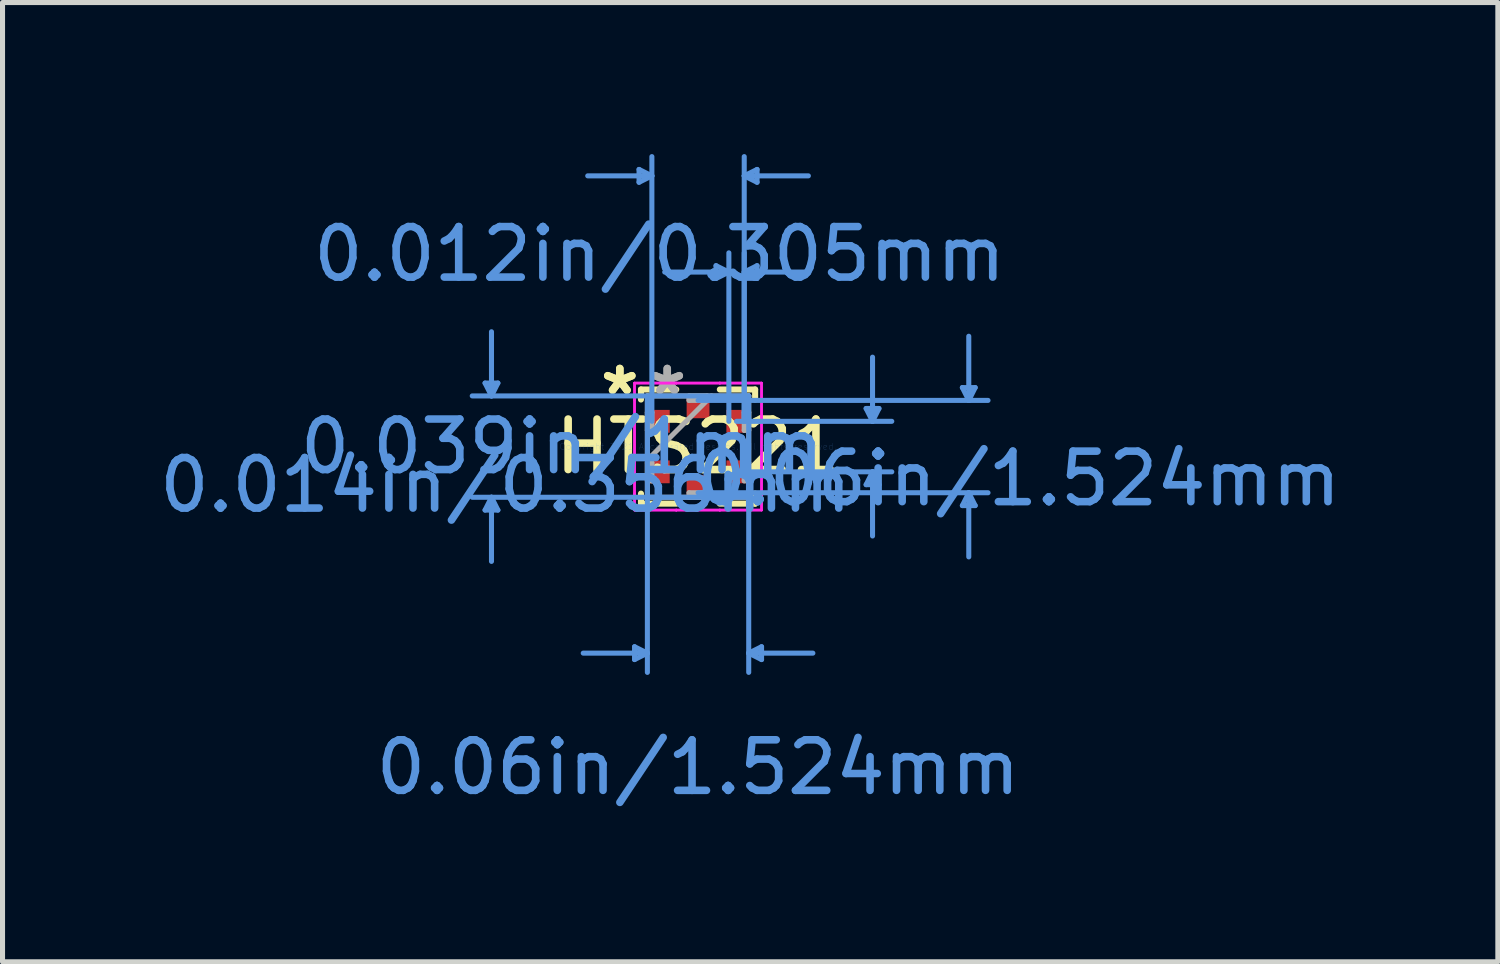
<source format=kicad_pcb>
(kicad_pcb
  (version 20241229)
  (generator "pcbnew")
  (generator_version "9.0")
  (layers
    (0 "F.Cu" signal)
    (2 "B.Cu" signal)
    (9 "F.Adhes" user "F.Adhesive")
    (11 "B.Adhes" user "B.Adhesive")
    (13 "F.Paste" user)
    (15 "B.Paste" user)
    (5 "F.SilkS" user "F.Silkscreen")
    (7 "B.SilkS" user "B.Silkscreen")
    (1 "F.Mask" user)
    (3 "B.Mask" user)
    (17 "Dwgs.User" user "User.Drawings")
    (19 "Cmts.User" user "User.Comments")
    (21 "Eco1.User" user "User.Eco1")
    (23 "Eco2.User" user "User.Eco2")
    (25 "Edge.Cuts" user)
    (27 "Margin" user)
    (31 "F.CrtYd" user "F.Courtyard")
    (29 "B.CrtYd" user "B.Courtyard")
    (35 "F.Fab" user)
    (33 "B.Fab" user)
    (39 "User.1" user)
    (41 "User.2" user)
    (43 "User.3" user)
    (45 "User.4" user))
  (footprint "HTS221"
    (layer "F.Cu")
    (at 10.768 5.79)
    (property "Reference" "HTS221" (at 0 0 0) (layer "F.SilkS") (effects (font (size 1 1) (thickness 0.15))))
    (attr through_hole)
    (fp_line (start -1.13 -1.13) (end -1.13 -0.931) (stroke (width 0.12) (type solid)) (layer "F.SilkS"))
    (fp_line (start -1.13 0.931) (end -1.13 1.13) (stroke (width 0.12) (type solid)) (layer "F.SilkS"))
    (fp_line (start -1.13 1.13) (end -0.431 1.13) (stroke (width 0.12) (type solid)) (layer "F.SilkS"))
    (fp_line (start -0.431 -1.13) (end -1.13 -1.13) (stroke (width 0.12) (type solid)) (layer "F.SilkS"))
    (fp_line (start 0.431 1.13) (end 1.13 1.13) (stroke (width 0.12) (type solid)) (layer "F.SilkS"))
    (fp_line (start 1.13 -1.13) (end 0.431 -1.13) (stroke (width 0.12) (type solid)) (layer "F.SilkS"))
    (fp_line (start 1.13 -0.931) (end 1.13 -1.13) (stroke (width 0.12) (type solid)) (layer "F.SilkS"))
    (fp_line (start 1.13 1.13) (end 1.13 0.931) (stroke (width 0.12) (type solid)) (layer "F.SilkS"))
    (fp_line (start -4.216 -1.257) (end -3.962 -1.257) (stroke (width 0.1) (type solid)) (layer "Cmts.User"))
    (fp_line (start -4.216 1.257) (end -3.962 1.257) (stroke (width 0.1) (type solid)) (layer "Cmts.User"))
    (fp_line (start -4.089 -1.003) (end -4.216 -1.257) (stroke (width 0.1) (type solid)) (layer "Cmts.User"))
    (fp_line (start -4.089 -1.003) (end -4.089 -2.273) (stroke (width 0.1) (type solid)) (layer "Cmts.User"))
    (fp_line (start -4.089 -1.003) (end -3.962 -1.257) (stroke (width 0.1) (type solid)) (layer "Cmts.User"))
    (fp_line (start -4.089 1.003) (end -4.216 1.257) (stroke (width 0.1) (type solid)) (layer "Cmts.User"))
    (fp_line (start -4.089 1.003) (end -4.089 2.273) (stroke (width 0.1) (type solid)) (layer "Cmts.User"))
    (fp_line (start -4.089 1.003) (end -3.962 1.257) (stroke (width 0.1) (type solid)) (layer "Cmts.User"))
    (fp_line (start -1.257 3.962) (end -1.257 4.216) (stroke (width 0.1) (type solid)) (layer "Cmts.User"))
    (fp_line (start -1.168 -5.486) (end -1.168 -5.232) (stroke (width 0.1) (type solid)) (layer "Cmts.User"))
    (fp_line (start -1.003 -1.003) (end -1.003 4.47) (stroke (width 0.1) (type solid)) (layer "Cmts.User"))
    (fp_line (start -1.003 4.089) (end -2.273 4.089) (stroke (width 0.1) (type solid)) (layer "Cmts.User"))
    (fp_line (start -1.003 4.089) (end -1.257 3.962) (stroke (width 0.1) (type solid)) (layer "Cmts.User"))
    (fp_line (start -1.003 4.089) (end -1.257 4.216) (stroke (width 0.1) (type solid)) (layer "Cmts.User"))
    (fp_line (start -0.914 -5.359) (end -2.184 -5.359) (stroke (width 0.1) (type solid)) (layer "Cmts.User"))
    (fp_line (start -0.914 -5.359) (end -1.168 -5.486) (stroke (width 0.1) (type solid)) (layer "Cmts.User"))
    (fp_line (start -0.914 -5.359) (end -1.168 -5.232) (stroke (width 0.1) (type solid)) (layer "Cmts.User"))
    (fp_line (start -0.914 -0.5) (end -0.914 -5.74) (stroke (width 0.1) (type solid)) (layer "Cmts.User"))
    (fp_line (start 0 -0.914) (end 5.74 -0.914) (stroke (width 0.1) (type solid)) (layer "Cmts.User"))
    (fp_line (start 0 0.914) (end 5.74 0.914) (stroke (width 0.1) (type solid)) (layer "Cmts.User"))
    (fp_line (start 0.356 -3.581) (end 0.356 -3.327) (stroke (width 0.1) (type solid)) (layer "Cmts.User"))
    (fp_line (start 0.61 -3.454) (end -0.66 -3.454) (stroke (width 0.1) (type solid)) (layer "Cmts.User"))
    (fp_line (start 0.61 -3.454) (end 0.356 -3.581) (stroke (width 0.1) (type solid)) (layer "Cmts.User"))
    (fp_line (start 0.61 -3.454) (end 0.356 -3.327) (stroke (width 0.1) (type solid)) (layer "Cmts.User"))
    (fp_line (start 0.61 -0.5) (end 0.61 -3.835) (stroke (width 0.1) (type solid)) (layer "Cmts.User"))
    (fp_line (start 0.762 -0.5) (end 3.835 -0.5) (stroke (width 0.1) (type solid)) (layer "Cmts.User"))
    (fp_line (start 0.762 0.5) (end 3.835 0.5) (stroke (width 0.1) (type solid)) (layer "Cmts.User"))
    (fp_line (start 0.914 -5.359) (end 1.168 -5.486) (stroke (width 0.1) (type solid)) (layer "Cmts.User"))
    (fp_line (start 0.914 -5.359) (end 1.168 -5.232) (stroke (width 0.1) (type solid)) (layer "Cmts.User"))
    (fp_line (start 0.914 -5.359) (end 2.184 -5.359) (stroke (width 0.1) (type solid)) (layer "Cmts.User"))
    (fp_line (start 0.914 -3.454) (end 1.168 -3.581) (stroke (width 0.1) (type solid)) (layer "Cmts.User"))
    (fp_line (start 0.914 -3.454) (end 1.168 -3.327) (stroke (width 0.1) (type solid)) (layer "Cmts.User"))
    (fp_line (start 0.914 -3.454) (end 2.184 -3.454) (stroke (width 0.1) (type solid)) (layer "Cmts.User"))
    (fp_line (start 0.914 -0.5) (end 0.914 -5.74) (stroke (width 0.1) (type solid)) (layer "Cmts.User"))
    (fp_line (start 0.914 -0.5) (end 0.914 -3.835) (stroke (width 0.1) (type solid)) (layer "Cmts.User"))
    (fp_line (start 1.003 -1.003) (end -4.47 -1.003) (stroke (width 0.1) (type solid)) (layer "Cmts.User"))
    (fp_line (start 1.003 -1.003) (end 1.003 4.47) (stroke (width 0.1) (type solid)) (layer "Cmts.User"))
    (fp_line (start 1.003 1.003) (end -4.47 1.003) (stroke (width 0.1) (type solid)) (layer "Cmts.User"))
    (fp_line (start 1.003 4.089) (end 1.257 3.962) (stroke (width 0.1) (type solid)) (layer "Cmts.User"))
    (fp_line (start 1.003 4.089) (end 1.257 4.216) (stroke (width 0.1) (type solid)) (layer "Cmts.User"))
    (fp_line (start 1.003 4.089) (end 2.273 4.089) (stroke (width 0.1) (type solid)) (layer "Cmts.User"))
    (fp_line (start 1.168 -5.486) (end 1.168 -5.232) (stroke (width 0.1) (type solid)) (layer "Cmts.User"))
    (fp_line (start 1.168 -3.581) (end 1.168 -3.327) (stroke (width 0.1) (type solid)) (layer "Cmts.User"))
    (fp_line (start 1.257 3.962) (end 1.257 4.216) (stroke (width 0.1) (type solid)) (layer "Cmts.User"))
    (fp_line (start 3.327 -0.754) (end 3.581 -0.754) (stroke (width 0.1) (type solid)) (layer "Cmts.User"))
    (fp_line (start 3.327 0.754) (end 3.581 0.754) (stroke (width 0.1) (type solid)) (layer "Cmts.User"))
    (fp_line (start 3.454 -0.5) (end 3.327 -0.754) (stroke (width 0.1) (type solid)) (layer "Cmts.User"))
    (fp_line (start 3.454 -0.5) (end 3.454 -1.77) (stroke (width 0.1) (type solid)) (layer "Cmts.User"))
    (fp_line (start 3.454 -0.5) (end 3.581 -0.754) (stroke (width 0.1) (type solid)) (layer "Cmts.User"))
    (fp_line (start 3.454 0.5) (end 3.327 0.754) (stroke (width 0.1) (type solid)) (layer "Cmts.User"))
    (fp_line (start 3.454 0.5) (end 3.454 1.77) (stroke (width 0.1) (type solid)) (layer "Cmts.User"))
    (fp_line (start 3.454 0.5) (end 3.581 0.754) (stroke (width 0.1) (type solid)) (layer "Cmts.User"))
    (fp_line (start 5.232 -1.168) (end 5.486 -1.168) (stroke (width 0.1) (type solid)) (layer "Cmts.User"))
    (fp_line (start 5.232 1.168) (end 5.486 1.168) (stroke (width 0.1) (type solid)) (layer "Cmts.User"))
    (fp_line (start 5.359 -0.914) (end 5.232 -1.168) (stroke (width 0.1) (type solid)) (layer "Cmts.User"))
    (fp_line (start 5.359 -0.914) (end 5.359 -2.184) (stroke (width 0.1) (type solid)) (layer "Cmts.User"))
    (fp_line (start 5.359 -0.914) (end 5.486 -1.168) (stroke (width 0.1) (type solid)) (layer "Cmts.User"))
    (fp_line (start 5.359 0.914) (end 5.232 1.168) (stroke (width 0.1) (type solid)) (layer "Cmts.User"))
    (fp_line (start 5.359 0.914) (end 5.359 2.184) (stroke (width 0.1) (type solid)) (layer "Cmts.User"))
    (fp_line (start 5.359 0.914) (end 5.486 1.168) (stroke (width 0.1) (type solid)) (layer "Cmts.User"))
    (fp_line (start -1.257 -1.257) (end -0.432 -1.257) (stroke (width 0.05) (type solid)) (layer "F.CrtYd"))
    (fp_line (start -1.257 -1.257) (end -0.432 -1.257) (stroke (width 0.05) (type solid)) (layer "F.CrtYd"))
    (fp_line (start -1.257 -0.932) (end -1.257 -1.257) (stroke (width 0.05) (type solid)) (layer "F.CrtYd"))
    (fp_line (start -1.257 -0.932) (end -1.257 -1.257) (stroke (width 0.05) (type solid)) (layer "F.CrtYd"))
    (fp_line (start -1.257 -0.932) (end -1.257 -0.932) (stroke (width 0.05) (type solid)) (layer "F.CrtYd"))
    (fp_line (start -1.257 -0.932) (end -1.257 -0.932) (stroke (width 0.05) (type solid)) (layer "F.CrtYd"))
    (fp_line (start -1.257 0.932) (end -1.257 -0.932) (stroke (width 0.05) (type solid)) (layer "F.CrtYd"))
    (fp_line (start -1.257 0.932) (end -1.257 -0.932) (stroke (width 0.05) (type solid)) (layer "F.CrtYd"))
    (fp_line (start -1.257 0.932) (end -1.257 0.932) (stroke (width 0.05) (type solid)) (layer "F.CrtYd"))
    (fp_line (start -1.257 0.932) (end -1.257 0.932) (stroke (width 0.05) (type solid)) (layer "F.CrtYd"))
    (fp_line (start -1.257 1.257) (end -1.257 0.932) (stroke (width 0.05) (type solid)) (layer "F.CrtYd"))
    (fp_line (start -1.257 1.257) (end -1.257 0.932) (stroke (width 0.05) (type solid)) (layer "F.CrtYd"))
    (fp_line (start -0.432 -1.257) (end -0.432 -1.257) (stroke (width 0.05) (type solid)) (layer "F.CrtYd"))
    (fp_line (start -0.432 -1.257) (end -0.432 -1.257) (stroke (width 0.05) (type solid)) (layer "F.CrtYd"))
    (fp_line (start -0.432 -1.257) (end 0.432 -1.257) (stroke (width 0.05) (type solid)) (layer "F.CrtYd"))
    (fp_line (start -0.432 -1.257) (end 0.432 -1.257) (stroke (width 0.05) (type solid)) (layer "F.CrtYd"))
    (fp_line (start -0.432 1.257) (end -1.257 1.257) (stroke (width 0.05) (type solid)) (layer "F.CrtYd"))
    (fp_line (start -0.432 1.257) (end -1.257 1.257) (stroke (width 0.05) (type solid)) (layer "F.CrtYd"))
    (fp_line (start -0.432 1.257) (end -0.432 1.257) (stroke (width 0.05) (type solid)) (layer "F.CrtYd"))
    (fp_line (start -0.432 1.257) (end -0.432 1.257) (stroke (width 0.05) (type solid)) (layer "F.CrtYd"))
    (fp_line (start 0.432 -1.257) (end 0.432 -1.257) (stroke (width 0.05) (type solid)) (layer "F.CrtYd"))
    (fp_line (start 0.432 -1.257) (end 0.432 -1.257) (stroke (width 0.05) (type solid)) (layer "F.CrtYd"))
    (fp_line (start 0.432 -1.257) (end 1.257 -1.257) (stroke (width 0.05) (type solid)) (layer "F.CrtYd"))
    (fp_line (start 0.432 -1.257) (end 1.257 -1.257) (stroke (width 0.05) (type solid)) (layer "F.CrtYd"))
    (fp_line (start 0.432 1.257) (end -0.432 1.257) (stroke (width 0.05) (type solid)) (layer "F.CrtYd"))
    (fp_line (start 0.432 1.257) (end -0.432 1.257) (stroke (width 0.05) (type solid)) (layer "F.CrtYd"))
    (fp_line (start 0.432 1.257) (end 0.432 1.257) (stroke (width 0.05) (type solid)) (layer "F.CrtYd"))
    (fp_line (start 0.432 1.257) (end 0.432 1.257) (stroke (width 0.05) (type solid)) (layer "F.CrtYd"))
    (fp_line (start 1.257 -1.257) (end 1.257 -0.932) (stroke (width 0.05) (type solid)) (layer "F.CrtYd"))
    (fp_line (start 1.257 -1.257) (end 1.257 -0.932) (stroke (width 0.05) (type solid)) (layer "F.CrtYd"))
    (fp_line (start 1.257 -0.932) (end 1.257 -0.932) (stroke (width 0.05) (type solid)) (layer "F.CrtYd"))
    (fp_line (start 1.257 -0.932) (end 1.257 -0.932) (stroke (width 0.05) (type solid)) (layer "F.CrtYd"))
    (fp_line (start 1.257 -0.932) (end 1.257 0.932) (stroke (width 0.05) (type solid)) (layer "F.CrtYd"))
    (fp_line (start 1.257 -0.932) (end 1.257 0.932) (stroke (width 0.05) (type solid)) (layer "F.CrtYd"))
    (fp_line (start 1.257 0.932) (end 1.257 0.932) (stroke (width 0.05) (type solid)) (layer "F.CrtYd"))
    (fp_line (start 1.257 0.932) (end 1.257 0.932) (stroke (width 0.05) (type solid)) (layer "F.CrtYd"))
    (fp_line (start 1.257 0.932) (end 1.257 1.257) (stroke (width 0.05) (type solid)) (layer "F.CrtYd"))
    (fp_line (start 1.257 0.932) (end 1.257 1.257) (stroke (width 0.05) (type solid)) (layer "F.CrtYd"))
    (fp_line (start 1.257 1.257) (end 0.432 1.257) (stroke (width 0.05) (type solid)) (layer "F.CrtYd"))
    (fp_line (start 1.257 1.257) (end 0.432 1.257) (stroke (width 0.05) (type solid)) (layer "F.CrtYd"))
    (fp_line (start -1.003 -1.003) (end -1.003 -1.003) (stroke (width 0.1) (type solid)) (layer "F.Fab"))
    (fp_line (start -1.003 -1.003) (end -1.003 1.003) (stroke (width 0.1) (type solid)) (layer "F.Fab"))
    (fp_line (start -1.003 -0.678) (end -0.914 -0.678) (stroke (width 0.1) (type solid)) (layer "F.Fab"))
    (fp_line (start -1.003 -0.322) (end -1.003 -0.678) (stroke (width 0.1) (type solid)) (layer "F.Fab"))
    (fp_line (start -1.003 0.267) (end 0.267 -1.003) (stroke (width 0.1) (type solid)) (layer "F.Fab"))
    (fp_line (start -1.003 0.322) (end -0.914 0.322) (stroke (width 0.1) (type solid)) (layer "F.Fab"))
    (fp_line (start -1.003 0.678) (end -1.003 0.322) (stroke (width 0.1) (type solid)) (layer "F.Fab"))
    (fp_line (start -1.003 1.003) (end -1.003 1.003) (stroke (width 0.1) (type solid)) (layer "F.Fab"))
    (fp_line (start -1.003 1.003) (end 1.003 1.003) (stroke (width 0.1) (type solid)) (layer "F.Fab"))
    (fp_line (start -0.914 -0.678) (end -0.914 -0.322) (stroke (width 0.1) (type solid)) (layer "F.Fab"))
    (fp_line (start -0.914 -0.322) (end -1.003 -0.322) (stroke (width 0.1) (type solid)) (layer "F.Fab"))
    (fp_line (start -0.914 0.322) (end -0.914 0.678) (stroke (width 0.1) (type solid)) (layer "F.Fab"))
    (fp_line (start -0.914 0.678) (end -1.003 0.678) (stroke (width 0.1) (type solid)) (layer "F.Fab"))
    (fp_line (start -0.178 -1.003) (end 0.178 -1.003) (stroke (width 0.1) (type solid)) (layer "F.Fab"))
    (fp_line (start -0.178 -0.914) (end -0.178 -1.003) (stroke (width 0.1) (type solid)) (layer "F.Fab"))
    (fp_line (start -0.178 0.914) (end 0.178 0.914) (stroke (width 0.1) (type solid)) (layer "F.Fab"))
    (fp_line (start -0.178 1.003) (end -0.178 0.914) (stroke (width 0.1) (type solid)) (layer "F.Fab"))
    (fp_line (start 0.178 -1.003) (end 0.178 -0.914) (stroke (width 0.1) (type solid)) (layer "F.Fab"))
    (fp_line (start 0.178 -0.914) (end -0.178 -0.914) (stroke (width 0.1) (type solid)) (layer "F.Fab"))
    (fp_line (start 0.178 0.914) (end 0.178 1.003) (stroke (width 0.1) (type solid)) (layer "F.Fab"))
    (fp_line (start 0.178 1.003) (end -0.178 1.003) (stroke (width 0.1) (type solid)) (layer "F.Fab"))
    (fp_line (start 0.914 -0.678) (end 1.003 -0.678) (stroke (width 0.1) (type solid)) (layer "F.Fab"))
    (fp_line (start 0.914 -0.322) (end 0.914 -0.678) (stroke (width 0.1) (type solid)) (layer "F.Fab"))
    (fp_line (start 0.914 0.322) (end 1.003 0.322) (stroke (width 0.1) (type solid)) (layer "F.Fab"))
    (fp_line (start 0.914 0.678) (end 0.914 0.322) (stroke (width 0.1) (type solid)) (layer "F.Fab"))
    (fp_line (start 1.003 -1.003) (end -1.003 -1.003) (stroke (width 0.1) (type solid)) (layer "F.Fab"))
    (fp_line (start 1.003 -1.003) (end 1.003 -1.003) (stroke (width 0.1) (type solid)) (layer "F.Fab"))
    (fp_line (start 1.003 -0.678) (end 1.003 -0.322) (stroke (width 0.1) (type solid)) (layer "F.Fab"))
    (fp_line (start 1.003 -0.322) (end 0.914 -0.322) (stroke (width 0.1) (type solid)) (layer "F.Fab"))
    (fp_line (start 1.003 0.322) (end 1.003 0.678) (stroke (width 0.1) (type solid)) (layer "F.Fab"))
    (fp_line (start 1.003 0.678) (end 0.914 0.678) (stroke (width 0.1) (type solid)) (layer "F.Fab"))
    (fp_line (start 1.003 1.003) (end 1.003 -1.003) (stroke (width 0.1) (type solid)) (layer "F.Fab"))
    (fp_line (start 1.003 1.003) (end 1.003 1.003) (stroke (width 0.1) (type solid)) (layer "F.Fab"))
    (fp_text user "*" (at -1.549 -1 0) (layer "F.SilkS") (effects (font (size 1 1) (thickness 0.15))))
    (fp_text user "*" (at -1.549 -1 0) (layer "F.SilkS") (effects (font (size 1 1) (thickness 0.15))))
    (fp_text user "0.039in/1mm" (at -2.692 0 0) (layer "Cmts.User") (effects (font (size 1 1) (thickness 0.15))))
    (fp_text user "0.06in/1.524mm" (at 6.35 0.635 0) (layer "Cmts.User") (effects (font (size 1 1) (thickness 0.15))))
    (fp_text user "0.014in/0.356mm" (at -3.81 0.762 0) (layer "Cmts.User") (effects (font (size 1 1) (thickness 0.15))))
    (fp_text user "0.06in/1.524mm" (at 0 6.35 0) (layer "Cmts.User") (effects (font (size 1 1) (thickness 0.15))))
    (fp_text user "Copyright 2021 Accelerated Designs. All rights reserved." (at 0 0 0) (layer "Cmts.User") (effects (font (size 0.127 0.127) (thickness 0.002))))
    (fp_text user "0.012in/0.305mm" (at -0.762 -3.81 0) (layer "Cmts.User") (effects (font (size 1 1) (thickness 0.15))))
    (fp_text user "*" (at -0.61 -1 0) (layer "F.Fab") (effects (font (size 1 1) (thickness 0.15))))
    (fp_text user "*" (at -0.61 -1 0) (layer "F.Fab") (effects (font (size 1 1) (thickness 0.15))))
    (pad "1" smd rect (at -0.762 -0.5 90) (size 0.452 0.402) (layers "F.Cu" "F.Mask" "F.Paste"))
    (pad "2" smd rect (at -0.762 0.5 90) (size 0.452 0.402) (layers "F.Cu" "F.Mask" "F.Paste"))
    (pad "3" smd rect (at 0 0.762) (size 0.452 0.402) (layers "F.Cu" "F.Mask" "F.Paste"))
    (pad "4" smd rect (at 0.762 0.5 90) (size 0.452 0.402) (layers "F.Cu" "F.Mask" "F.Paste"))
    (pad "5" smd rect (at 0.762 -0.5 90) (size 0.452 0.402) (layers "F.Cu" "F.Mask" "F.Paste"))
    (pad "6" smd rect (at 0 -0.762) (size 0.452 0.402) (layers "F.Cu" "F.Mask" "F.Paste")))
  (gr_rect
    (start -3 -3)
    (end 26.6 15.989)
    (stroke (width 0.1) (type default))
    (fill no)
    (layer "Edge.Cuts")))
</source>
